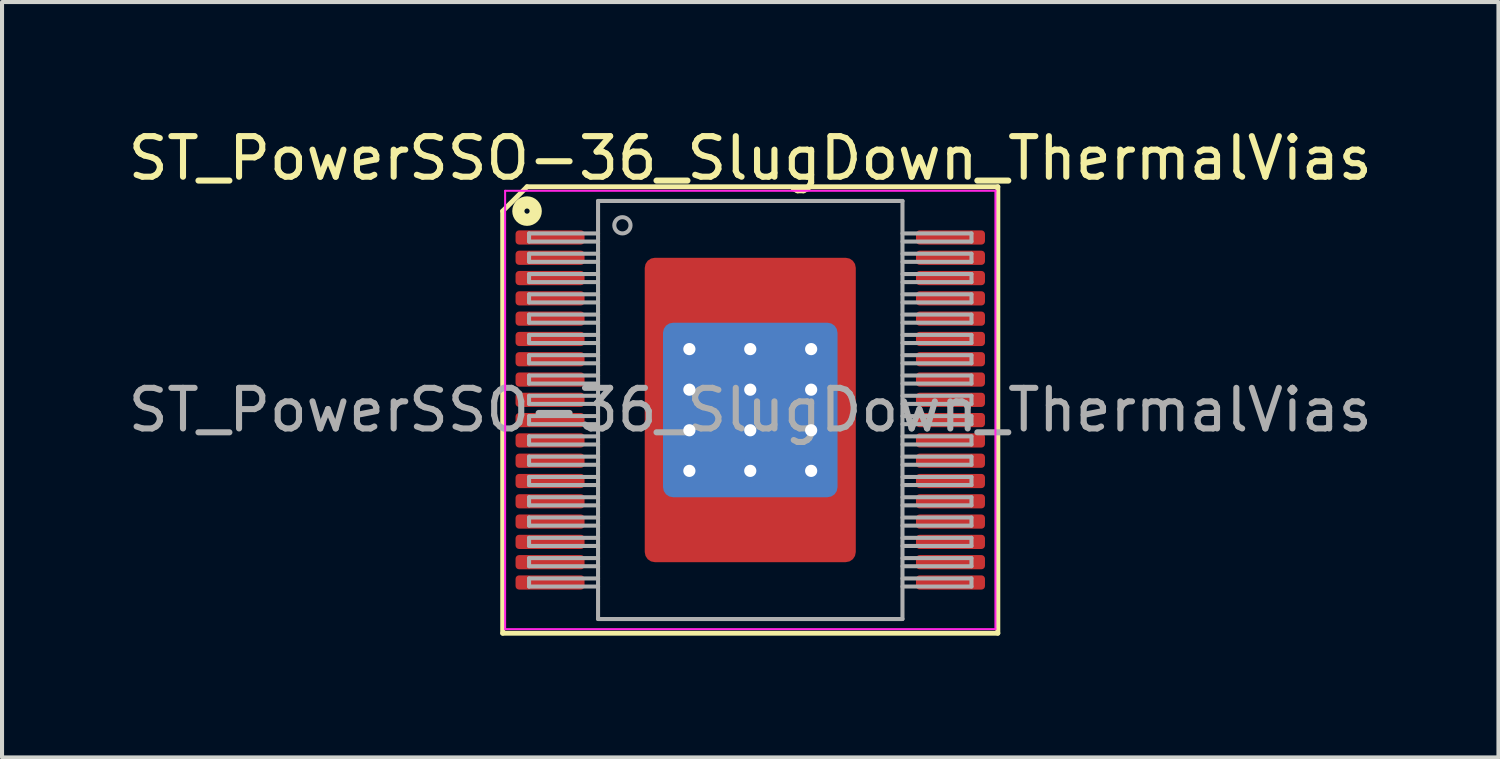
<source format=kicad_pcb>
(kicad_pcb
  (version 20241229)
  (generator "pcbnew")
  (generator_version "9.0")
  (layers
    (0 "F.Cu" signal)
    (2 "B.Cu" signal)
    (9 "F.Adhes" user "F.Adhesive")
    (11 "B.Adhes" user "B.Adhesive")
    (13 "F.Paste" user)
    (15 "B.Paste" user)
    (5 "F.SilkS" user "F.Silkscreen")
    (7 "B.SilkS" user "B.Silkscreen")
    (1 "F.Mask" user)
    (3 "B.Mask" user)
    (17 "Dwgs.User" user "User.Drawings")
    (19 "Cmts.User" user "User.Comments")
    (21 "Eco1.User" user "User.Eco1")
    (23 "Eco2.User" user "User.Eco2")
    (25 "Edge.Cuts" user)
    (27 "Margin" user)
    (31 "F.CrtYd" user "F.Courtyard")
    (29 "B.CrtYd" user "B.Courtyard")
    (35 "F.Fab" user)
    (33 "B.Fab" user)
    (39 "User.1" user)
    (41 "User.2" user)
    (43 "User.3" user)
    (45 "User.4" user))
  (footprint "ST_PowerSSO-36_SlugDown_ThermalVias"
    (layer "F.Cu")
    (at 15.435 7.051)
    (property "Reference" "ST_PowerSSO-36_SlugDown_ThermalVias" (at 0 -6.202 0) (layer "F.SilkS") (effects (font (size 1 1) (thickness 0.15))))
    (attr smd)
    (fp_line (start -6.1 -4.9) (end -6.1 5.5) (stroke (width 0.12) (type solid)) (layer "F.SilkS"))
    (fp_line (start -6.1 -4.9) (end -5.5 -5.5) (stroke (width 0.12) (type solid)) (layer "F.SilkS"))
    (fp_line (start -6.1 5.5) (end 6.1 5.5) (stroke (width 0.12) (type solid)) (layer "F.SilkS"))
    (fp_line (start 6.1 -5.5) (end -5.5 -5.5) (stroke (width 0.12) (type solid)) (layer "F.SilkS"))
    (fp_line (start 6.1 5.5) (end 6.1 -5.5) (stroke (width 0.12) (type solid)) (layer "F.SilkS"))
    (fp_circle (center -5.5 -4.9) (end -5.436 -4.9) (stroke (width 0.3) (type solid)) (fill no) (layer "F.SilkS"))
    (fp_line (start -6.04 -5.4) (end -6.04 5.4) (stroke (width 0.05) (type solid)) (layer "F.CrtYd"))
    (fp_line (start -6.04 -5.4) (end 6.04 -5.4) (stroke (width 0.05) (type solid)) (layer "F.CrtYd"))
    (fp_line (start 6.04 5.4) (end -6.04 5.4) (stroke (width 0.05) (type solid)) (layer "F.CrtYd"))
    (fp_line (start 6.04 5.4) (end 6.04 -5.4) (stroke (width 0.05) (type solid)) (layer "F.CrtYd"))
    (fp_line (start -5.45 -4.35) (end -5.45 -4.15) (stroke (width 0.1) (type solid)) (layer "F.Fab"))
    (fp_line (start -5.45 -4.35) (end -3.75 -4.35) (stroke (width 0.1) (type solid)) (layer "F.Fab"))
    (fp_line (start -5.45 -4.15) (end -3.75 -4.15) (stroke (width 0.1) (type solid)) (layer "F.Fab"))
    (fp_line (start -5.45 -3.85) (end -5.45 -3.65) (stroke (width 0.1) (type solid)) (layer "F.Fab"))
    (fp_line (start -5.45 -3.85) (end -3.75 -3.85) (stroke (width 0.1) (type solid)) (layer "F.Fab"))
    (fp_line (start -5.45 -3.65) (end -3.75 -3.65) (stroke (width 0.1) (type solid)) (layer "F.Fab"))
    (fp_line (start -5.45 -3.35) (end -5.45 -3.15) (stroke (width 0.1) (type solid)) (layer "F.Fab"))
    (fp_line (start -5.45 -3.35) (end -3.75 -3.35) (stroke (width 0.1) (type solid)) (layer "F.Fab"))
    (fp_line (start -5.45 -3.15) (end -3.75 -3.15) (stroke (width 0.1) (type solid)) (layer "F.Fab"))
    (fp_line (start -5.45 -2.85) (end -5.45 -2.65) (stroke (width 0.1) (type solid)) (layer "F.Fab"))
    (fp_line (start -5.45 -2.85) (end -3.75 -2.85) (stroke (width 0.1) (type solid)) (layer "F.Fab"))
    (fp_line (start -5.45 -2.65) (end -3.75 -2.65) (stroke (width 0.1) (type solid)) (layer "F.Fab"))
    (fp_line (start -5.45 -2.35) (end -5.45 -2.15) (stroke (width 0.1) (type solid)) (layer "F.Fab"))
    (fp_line (start -5.45 -2.35) (end -3.75 -2.35) (stroke (width 0.1) (type solid)) (layer "F.Fab"))
    (fp_line (start -5.45 -2.15) (end -3.75 -2.15) (stroke (width 0.1) (type solid)) (layer "F.Fab"))
    (fp_line (start -5.45 -1.85) (end -5.45 -1.65) (stroke (width 0.1) (type solid)) (layer "F.Fab"))
    (fp_line (start -5.45 -1.85) (end -3.75 -1.85) (stroke (width 0.1) (type solid)) (layer "F.Fab"))
    (fp_line (start -5.45 -1.65) (end -3.75 -1.65) (stroke (width 0.1) (type solid)) (layer "F.Fab"))
    (fp_line (start -5.45 -1.35) (end -5.45 -1.15) (stroke (width 0.1) (type solid)) (layer "F.Fab"))
    (fp_line (start -5.45 -1.35) (end -3.75 -1.35) (stroke (width 0.1) (type solid)) (layer "F.Fab"))
    (fp_line (start -5.45 -1.15) (end -3.75 -1.15) (stroke (width 0.1) (type solid)) (layer "F.Fab"))
    (fp_line (start -5.45 -0.85) (end -5.45 -0.65) (stroke (width 0.1) (type solid)) (layer "F.Fab"))
    (fp_line (start -5.45 -0.85) (end -3.75 -0.85) (stroke (width 0.1) (type solid)) (layer "F.Fab"))
    (fp_line (start -5.45 -0.65) (end -3.75 -0.65) (stroke (width 0.1) (type solid)) (layer "F.Fab"))
    (fp_line (start -5.45 -0.35) (end -5.45 -0.15) (stroke (width 0.1) (type solid)) (layer "F.Fab"))
    (fp_line (start -5.45 -0.35) (end -3.75 -0.35) (stroke (width 0.1) (type solid)) (layer "F.Fab"))
    (fp_line (start -5.45 -0.15) (end -3.75 -0.15) (stroke (width 0.1) (type solid)) (layer "F.Fab"))
    (fp_line (start -5.45 0.15) (end -5.45 0.35) (stroke (width 0.1) (type solid)) (layer "F.Fab"))
    (fp_line (start -5.45 0.15) (end -3.75 0.15) (stroke (width 0.1) (type solid)) (layer "F.Fab"))
    (fp_line (start -5.45 0.35) (end -3.75 0.35) (stroke (width 0.1) (type solid)) (layer "F.Fab"))
    (fp_line (start -5.45 0.65) (end -5.45 0.85) (stroke (width 0.1) (type solid)) (layer "F.Fab"))
    (fp_line (start -5.45 0.65) (end -3.75 0.65) (stroke (width 0.1) (type solid)) (layer "F.Fab"))
    (fp_line (start -5.45 0.85) (end -3.75 0.85) (stroke (width 0.1) (type solid)) (layer "F.Fab"))
    (fp_line (start -5.45 1.15) (end -5.45 1.35) (stroke (width 0.1) (type solid)) (layer "F.Fab"))
    (fp_line (start -5.45 1.15) (end -3.75 1.15) (stroke (width 0.1) (type solid)) (layer "F.Fab"))
    (fp_line (start -5.45 1.35) (end -3.75 1.35) (stroke (width 0.1) (type solid)) (layer "F.Fab"))
    (fp_line (start -5.45 1.65) (end -5.45 1.85) (stroke (width 0.1) (type solid)) (layer "F.Fab"))
    (fp_line (start -5.45 1.65) (end -3.75 1.65) (stroke (width 0.1) (type solid)) (layer "F.Fab"))
    (fp_line (start -5.45 1.85) (end -3.75 1.85) (stroke (width 0.1) (type solid)) (layer "F.Fab"))
    (fp_line (start -5.45 2.15) (end -5.45 2.35) (stroke (width 0.1) (type solid)) (layer "F.Fab"))
    (fp_line (start -5.45 2.15) (end -3.75 2.15) (stroke (width 0.1) (type solid)) (layer "F.Fab"))
    (fp_line (start -5.45 2.35) (end -3.75 2.35) (stroke (width 0.1) (type solid)) (layer "F.Fab"))
    (fp_line (start -5.45 2.65) (end -5.45 2.85) (stroke (width 0.1) (type solid)) (layer "F.Fab"))
    (fp_line (start -5.45 2.65) (end -3.75 2.65) (stroke (width 0.1) (type solid)) (layer "F.Fab"))
    (fp_line (start -5.45 2.85) (end -3.75 2.85) (stroke (width 0.1) (type solid)) (layer "F.Fab"))
    (fp_line (start -5.45 3.15) (end -5.45 3.35) (stroke (width 0.1) (type solid)) (layer "F.Fab"))
    (fp_line (start -5.45 3.15) (end -3.75 3.15) (stroke (width 0.1) (type solid)) (layer "F.Fab"))
    (fp_line (start -5.45 3.35) (end -3.75 3.35) (stroke (width 0.1) (type solid)) (layer "F.Fab"))
    (fp_line (start -5.45 3.65) (end -5.45 3.85) (stroke (width 0.1) (type solid)) (layer "F.Fab"))
    (fp_line (start -5.45 3.65) (end -3.75 3.65) (stroke (width 0.1) (type solid)) (layer "F.Fab"))
    (fp_line (start -5.45 3.85) (end -3.75 3.85) (stroke (width 0.1) (type solid)) (layer "F.Fab"))
    (fp_line (start -5.45 4.15) (end -5.45 4.35) (stroke (width 0.1) (type solid)) (layer "F.Fab"))
    (fp_line (start -5.45 4.15) (end -3.75 4.15) (stroke (width 0.1) (type solid)) (layer "F.Fab"))
    (fp_line (start -5.45 4.35) (end -3.75 4.35) (stroke (width 0.1) (type solid)) (layer "F.Fab"))
    (fp_line (start -3.75 -5.15) (end -3.75 5.15) (stroke (width 0.1) (type solid)) (layer "F.Fab"))
    (fp_line (start -3.75 5.15) (end 3.75 5.15) (stroke (width 0.1) (type solid)) (layer "F.Fab"))
    (fp_line (start 3.75 -5.15) (end -3.75 -5.15) (stroke (width 0.1) (type solid)) (layer "F.Fab"))
    (fp_line (start 3.75 5.15) (end 3.75 -5.15) (stroke (width 0.1) (type solid)) (layer "F.Fab"))
    (fp_line (start 5.45 -4.35) (end 3.75 -4.35) (stroke (width 0.1) (type solid)) (layer "F.Fab"))
    (fp_line (start 5.45 -4.15) (end 3.75 -4.15) (stroke (width 0.1) (type solid)) (layer "F.Fab"))
    (fp_line (start 5.45 -4.15) (end 5.45 -4.35) (stroke (width 0.1) (type solid)) (layer "F.Fab"))
    (fp_line (start 5.45 -3.85) (end 3.75 -3.85) (stroke (width 0.1) (type solid)) (layer "F.Fab"))
    (fp_line (start 5.45 -3.65) (end 3.75 -3.65) (stroke (width 0.1) (type solid)) (layer "F.Fab"))
    (fp_line (start 5.45 -3.65) (end 5.45 -3.85) (stroke (width 0.1) (type solid)) (layer "F.Fab"))
    (fp_line (start 5.45 -3.35) (end 3.75 -3.35) (stroke (width 0.1) (type solid)) (layer "F.Fab"))
    (fp_line (start 5.45 -3.15) (end 3.75 -3.15) (stroke (width 0.1) (type solid)) (layer "F.Fab"))
    (fp_line (start 5.45 -3.15) (end 5.45 -3.35) (stroke (width 0.1) (type solid)) (layer "F.Fab"))
    (fp_line (start 5.45 -2.85) (end 3.75 -2.85) (stroke (width 0.1) (type solid)) (layer "F.Fab"))
    (fp_line (start 5.45 -2.65) (end 3.75 -2.65) (stroke (width 0.1) (type solid)) (layer "F.Fab"))
    (fp_line (start 5.45 -2.65) (end 5.45 -2.85) (stroke (width 0.1) (type solid)) (layer "F.Fab"))
    (fp_line (start 5.45 -2.35) (end 3.75 -2.35) (stroke (width 0.1) (type solid)) (layer "F.Fab"))
    (fp_line (start 5.45 -2.15) (end 3.75 -2.15) (stroke (width 0.1) (type solid)) (layer "F.Fab"))
    (fp_line (start 5.45 -2.15) (end 5.45 -2.35) (stroke (width 0.1) (type solid)) (layer "F.Fab"))
    (fp_line (start 5.45 -1.85) (end 3.75 -1.85) (stroke (width 0.1) (type solid)) (layer "F.Fab"))
    (fp_line (start 5.45 -1.65) (end 3.75 -1.65) (stroke (width 0.1) (type solid)) (layer "F.Fab"))
    (fp_line (start 5.45 -1.65) (end 5.45 -1.85) (stroke (width 0.1) (type solid)) (layer "F.Fab"))
    (fp_line (start 5.45 -1.35) (end 3.75 -1.35) (stroke (width 0.1) (type solid)) (layer "F.Fab"))
    (fp_line (start 5.45 -1.15) (end 3.75 -1.15) (stroke (width 0.1) (type solid)) (layer "F.Fab"))
    (fp_line (start 5.45 -1.15) (end 5.45 -1.35) (stroke (width 0.1) (type solid)) (layer "F.Fab"))
    (fp_line (start 5.45 -0.85) (end 3.75 -0.85) (stroke (width 0.1) (type solid)) (layer "F.Fab"))
    (fp_line (start 5.45 -0.65) (end 3.75 -0.65) (stroke (width 0.1) (type solid)) (layer "F.Fab"))
    (fp_line (start 5.45 -0.65) (end 5.45 -0.85) (stroke (width 0.1) (type solid)) (layer "F.Fab"))
    (fp_line (start 5.45 -0.35) (end 3.75 -0.35) (stroke (width 0.1) (type solid)) (layer "F.Fab"))
    (fp_line (start 5.45 -0.15) (end 3.75 -0.15) (stroke (width 0.1) (type solid)) (layer "F.Fab"))
    (fp_line (start 5.45 -0.15) (end 5.45 -0.35) (stroke (width 0.1) (type solid)) (layer "F.Fab"))
    (fp_line (start 5.45 0.15) (end 3.75 0.15) (stroke (width 0.1) (type solid)) (layer "F.Fab"))
    (fp_line (start 5.45 0.35) (end 3.75 0.35) (stroke (width 0.1) (type solid)) (layer "F.Fab"))
    (fp_line (start 5.45 0.35) (end 5.45 0.15) (stroke (width 0.1) (type solid)) (layer "F.Fab"))
    (fp_line (start 5.45 0.65) (end 3.75 0.65) (stroke (width 0.1) (type solid)) (layer "F.Fab"))
    (fp_line (start 5.45 0.85) (end 3.75 0.85) (stroke (width 0.1) (type solid)) (layer "F.Fab"))
    (fp_line (start 5.45 0.85) (end 5.45 0.65) (stroke (width 0.1) (type solid)) (layer "F.Fab"))
    (fp_line (start 5.45 1.15) (end 3.75 1.15) (stroke (width 0.1) (type solid)) (layer "F.Fab"))
    (fp_line (start 5.45 1.35) (end 3.75 1.35) (stroke (width 0.1) (type solid)) (layer "F.Fab"))
    (fp_line (start 5.45 1.35) (end 5.45 1.15) (stroke (width 0.1) (type solid)) (layer "F.Fab"))
    (fp_line (start 5.45 1.65) (end 3.75 1.65) (stroke (width 0.1) (type solid)) (layer "F.Fab"))
    (fp_line (start 5.45 1.85) (end 3.75 1.85) (stroke (width 0.1) (type solid)) (layer "F.Fab"))
    (fp_line (start 5.45 1.85) (end 5.45 1.65) (stroke (width 0.1) (type solid)) (layer "F.Fab"))
    (fp_line (start 5.45 2.15) (end 3.75 2.15) (stroke (width 0.1) (type solid)) (layer "F.Fab"))
    (fp_line (start 5.45 2.35) (end 3.75 2.35) (stroke (width 0.1) (type solid)) (layer "F.Fab"))
    (fp_line (start 5.45 2.35) (end 5.45 2.15) (stroke (width 0.1) (type solid)) (layer "F.Fab"))
    (fp_line (start 5.45 2.65) (end 3.75 2.65) (stroke (width 0.1) (type solid)) (layer "F.Fab"))
    (fp_line (start 5.45 2.85) (end 3.75 2.85) (stroke (width 0.1) (type solid)) (layer "F.Fab"))
    (fp_line (start 5.45 2.85) (end 5.45 2.65) (stroke (width 0.1) (type solid)) (layer "F.Fab"))
    (fp_line (start 5.45 3.15) (end 3.75 3.15) (stroke (width 0.1) (type solid)) (layer "F.Fab"))
    (fp_line (start 5.45 3.35) (end 3.75 3.35) (stroke (width 0.1) (type solid)) (layer "F.Fab"))
    (fp_line (start 5.45 3.35) (end 5.45 3.15) (stroke (width 0.1) (type solid)) (layer "F.Fab"))
    (fp_line (start 5.45 3.65) (end 3.75 3.65) (stroke (width 0.1) (type solid)) (layer "F.Fab"))
    (fp_line (start 5.45 3.85) (end 3.75 3.85) (stroke (width 0.1) (type solid)) (layer "F.Fab"))
    (fp_line (start 5.45 3.85) (end 5.45 3.65) (stroke (width 0.1) (type solid)) (layer "F.Fab"))
    (fp_line (start 5.45 4.15) (end 3.75 4.15) (stroke (width 0.1) (type solid)) (layer "F.Fab"))
    (fp_line (start 5.45 4.35) (end 3.75 4.35) (stroke (width 0.1) (type solid)) (layer "F.Fab"))
    (fp_line (start 5.45 4.35) (end 5.45 4.15) (stroke (width 0.1) (type solid)) (layer "F.Fab"))
    (fp_circle (center -3.15 -4.55) (end -2.95 -4.55) (stroke (width 0.1) (type solid)) (fill no) (layer "F.Fab"))
    (fp_text user "${REFERENCE}" (at 0 0 0) (layer "F.Fab") (effects (font (size 1 1) (thickness 0.15))))
    (pad "" smd roundrect (at -1.7 -2.7) (size 1.4 1.5) (layers "F.Paste") (roundrect_rratio 0.179))
    (pad "" smd roundrect (at -1.7 -0.9) (size 1.4 1.5) (layers "F.Paste") (roundrect_rratio 0.179))
    (pad "" smd roundrect (at -1.7 0.9) (size 1.4 1.5) (layers "F.Paste") (roundrect_rratio 0.179))
    (pad "" smd roundrect (at -1.7 2.7) (size 1.4 1.5) (layers "F.Paste") (roundrect_rratio 0.179))
    (pad "" smd roundrect (at 0 -2.7) (size 1.4 1.5) (layers "F.Paste") (roundrect_rratio 0.179))
    (pad "" smd roundrect (at 0 -0.9) (size 1.4 1.5) (layers "F.Paste") (roundrect_rratio 0.179))
    (pad "" smd roundrect (at 0 0.9) (size 1.4 1.5) (layers "F.Paste") (roundrect_rratio 0.179))
    (pad "" smd roundrect (at 0 2.7) (size 1.4 1.5) (layers "F.Paste") (roundrect_rratio 0.179))
    (pad "" smd roundrect (at 1.7 -2.7) (size 1.4 1.5) (layers "F.Paste") (roundrect_rratio 0.179))
    (pad "" smd roundrect (at 1.7 -0.9) (size 1.4 1.5) (layers "F.Paste") (roundrect_rratio 0.179))
    (pad "" smd roundrect (at 1.7 0.9) (size 1.4 1.5) (layers "F.Paste") (roundrect_rratio 0.179))
    (pad "" smd roundrect (at 1.7 2.7) (size 1.4 1.5) (layers "F.Paste") (roundrect_rratio 0.179))
    (pad "1" smd roundrect (at -4.933 -4.25) (size 1.7 0.35) (layers "F.Cu" "F.Mask" "F.Paste") (roundrect_rratio 0.25))
    (pad "2" smd roundrect (at -4.933 -3.75) (size 1.7 0.35) (layers "F.Cu" "F.Mask" "F.Paste") (roundrect_rratio 0.25))
    (pad "3" smd roundrect (at -4.933 -3.25) (size 1.7 0.35) (layers "F.Cu" "F.Mask" "F.Paste") (roundrect_rratio 0.25))
    (pad "4" smd roundrect (at -4.933 -2.75) (size 1.7 0.35) (layers "F.Cu" "F.Mask" "F.Paste") (roundrect_rratio 0.25))
    (pad "5" smd roundrect (at -4.933 -2.25) (size 1.7 0.35) (layers "F.Cu" "F.Mask" "F.Paste") (roundrect_rratio 0.25))
    (pad "6" smd roundrect (at -4.933 -1.75) (size 1.7 0.35) (layers "F.Cu" "F.Mask" "F.Paste") (roundrect_rratio 0.25))
    (pad "7" smd roundrect (at -4.933 -1.25) (size 1.7 0.35) (layers "F.Cu" "F.Mask" "F.Paste") (roundrect_rratio 0.25))
    (pad "8" smd roundrect (at -4.933 -0.75) (size 1.7 0.35) (layers "F.Cu" "F.Mask" "F.Paste") (roundrect_rratio 0.25))
    (pad "9" smd roundrect (at -4.933 -0.25) (size 1.7 0.35) (layers "F.Cu" "F.Mask" "F.Paste") (roundrect_rratio 0.25))
    (pad "10" smd roundrect (at -4.933 0.25) (size 1.7 0.35) (layers "F.Cu" "F.Mask" "F.Paste") (roundrect_rratio 0.25))
    (pad "11" smd roundrect (at -4.933 0.75) (size 1.7 0.35) (layers "F.Cu" "F.Mask" "F.Paste") (roundrect_rratio 0.25))
    (pad "12" smd roundrect (at -4.933 1.25) (size 1.7 0.35) (layers "F.Cu" "F.Mask" "F.Paste") (roundrect_rratio 0.25))
    (pad "13" smd roundrect (at -4.933 1.75) (size 1.7 0.35) (layers "F.Cu" "F.Mask" "F.Paste") (roundrect_rratio 0.25))
    (pad "14" smd roundrect (at -4.933 2.25) (size 1.7 0.35) (layers "F.Cu" "F.Mask" "F.Paste") (roundrect_rratio 0.25))
    (pad "15" smd roundrect (at -4.933 2.75) (size 1.7 0.35) (layers "F.Cu" "F.Mask" "F.Paste") (roundrect_rratio 0.25))
    (pad "16" smd roundrect (at -4.933 3.25) (size 1.7 0.35) (layers "F.Cu" "F.Mask" "F.Paste") (roundrect_rratio 0.25))
    (pad "17" smd roundrect (at -4.933 3.75) (size 1.7 0.35) (layers "F.Cu" "F.Mask" "F.Paste") (roundrect_rratio 0.25))
    (pad "18" smd roundrect (at -4.933 4.25) (size 1.7 0.35) (layers "F.Cu" "F.Mask" "F.Paste") (roundrect_rratio 0.25))
    (pad "19" smd roundrect (at 4.933 4.25) (size 1.7 0.35) (layers "F.Cu" "F.Mask" "F.Paste") (roundrect_rratio 0.25))
    (pad "20" smd roundrect (at 4.933 3.75) (size 1.7 0.35) (layers "F.Cu" "F.Mask" "F.Paste") (roundrect_rratio 0.25))
    (pad "21" smd roundrect (at 4.933 3.25) (size 1.7 0.35) (layers "F.Cu" "F.Mask" "F.Paste") (roundrect_rratio 0.25))
    (pad "22" smd roundrect (at 4.933 2.75) (size 1.7 0.35) (layers "F.Cu" "F.Mask" "F.Paste") (roundrect_rratio 0.25))
    (pad "23" smd roundrect (at 4.933 2.25) (size 1.7 0.35) (layers "F.Cu" "F.Mask" "F.Paste") (roundrect_rratio 0.25))
    (pad "24" smd roundrect (at 4.933 1.75) (size 1.7 0.35) (layers "F.Cu" "F.Mask" "F.Paste") (roundrect_rratio 0.25))
    (pad "25" smd roundrect (at 4.933 1.25) (size 1.7 0.35) (layers "F.Cu" "F.Mask" "F.Paste") (roundrect_rratio 0.25))
    (pad "26" smd roundrect (at 4.933 0.75) (size 1.7 0.35) (layers "F.Cu" "F.Mask" "F.Paste") (roundrect_rratio 0.25))
    (pad "27" smd roundrect (at 4.933 0.25) (size 1.7 0.35) (layers "F.Cu" "F.Mask" "F.Paste") (roundrect_rratio 0.25))
    (pad "28" smd roundrect (at 4.933 -0.25) (size 1.7 0.35) (layers "F.Cu" "F.Mask" "F.Paste") (roundrect_rratio 0.25))
    (pad "29" smd roundrect (at 4.933 -0.75) (size 1.7 0.35) (layers "F.Cu" "F.Mask" "F.Paste") (roundrect_rratio 0.25))
    (pad "30" smd roundrect (at 4.933 -1.25) (size 1.7 0.35) (layers "F.Cu" "F.Mask" "F.Paste") (roundrect_rratio 0.25))
    (pad "31" smd roundrect (at 4.933 -1.75) (size 1.7 0.35) (layers "F.Cu" "F.Mask" "F.Paste") (roundrect_rratio 0.25))
    (pad "32" smd roundrect (at 4.933 -2.25) (size 1.7 0.35) (layers "F.Cu" "F.Mask" "F.Paste") (roundrect_rratio 0.25))
    (pad "33" smd roundrect (at 4.933 -2.75) (size 1.7 0.35) (layers "F.Cu" "F.Mask" "F.Paste") (roundrect_rratio 0.25))
    (pad "34" smd roundrect (at 4.933 -3.25) (size 1.7 0.35) (layers "F.Cu" "F.Mask" "F.Paste") (roundrect_rratio 0.25))
    (pad "35" smd roundrect (at 4.933 -3.75) (size 1.7 0.35) (layers "F.Cu" "F.Mask" "F.Paste") (roundrect_rratio 0.25))
    (pad "36" smd roundrect (at 4.933 -4.25) (size 1.7 0.35) (layers "F.Cu" "F.Mask" "F.Paste") (roundrect_rratio 0.25))
    (pad "37" thru_hole circle (at -1.5 -1.5) (size 0.6 0.6) (drill 0.3) (property pad_prop_heatsink) (layers "*.Cu"))
    (pad "37" thru_hole circle (at -1.5 -0.5) (size 0.6 0.6) (drill 0.3) (property pad_prop_heatsink) (layers "*.Cu"))
    (pad "37" thru_hole circle (at -1.5 0.5) (size 0.6 0.6) (drill 0.3) (property pad_prop_heatsink) (layers "*.Cu"))
    (pad "37" thru_hole circle (at -1.5 1.5) (size 0.6 0.6) (drill 0.3) (property pad_prop_heatsink) (layers "*.Cu"))
    (pad "37" thru_hole circle (at 0 -1.5) (size 0.6 0.6) (drill 0.3) (property pad_prop_heatsink) (layers "*.Cu"))
    (pad "37" thru_hole circle (at 0 -0.5) (size 0.6 0.6) (drill 0.3) (property pad_prop_heatsink) (layers "*.Cu"))
    (pad "37" smd roundrect (at 0 0) (size 4.3 4.3) (layers "B.Cu" "B.Mask") (roundrect_rratio 0.058))
    (pad "37" smd roundrect (at 0 0) (size 5.2 7.5) (layers "F.Cu" "F.Mask") (roundrect_rratio 0.048))
    (pad "37" thru_hole circle (at 0 0.5) (size 0.6 0.6) (drill 0.3) (property pad_prop_heatsink) (layers "*.Cu"))
    (pad "37" thru_hole circle (at 0 1.5) (size 0.6 0.6) (drill 0.3) (property pad_prop_heatsink) (layers "*.Cu"))
    (pad "37" thru_hole circle (at 1.5 -1.5) (size 0.6 0.6) (drill 0.3) (property pad_prop_heatsink) (layers "*.Cu"))
    (pad "37" thru_hole circle (at 1.5 -0.5) (size 0.6 0.6) (drill 0.3) (property pad_prop_heatsink) (layers "*.Cu"))
    (pad "37" thru_hole circle (at 1.5 0.5) (size 0.6 0.6) (drill 0.3) (property pad_prop_heatsink) (layers "*.Cu"))
    (pad "37" thru_hole circle (at 1.5 1.5) (size 0.6 0.6) (drill 0.3) (property pad_prop_heatsink) (layers "*.Cu")))
  (gr_rect
    (start -3 -3)
    (end 33.869 15.611)
    (stroke (width 0.1) (type default))
    (fill no)
    (layer "Edge.Cuts")))
</source>
